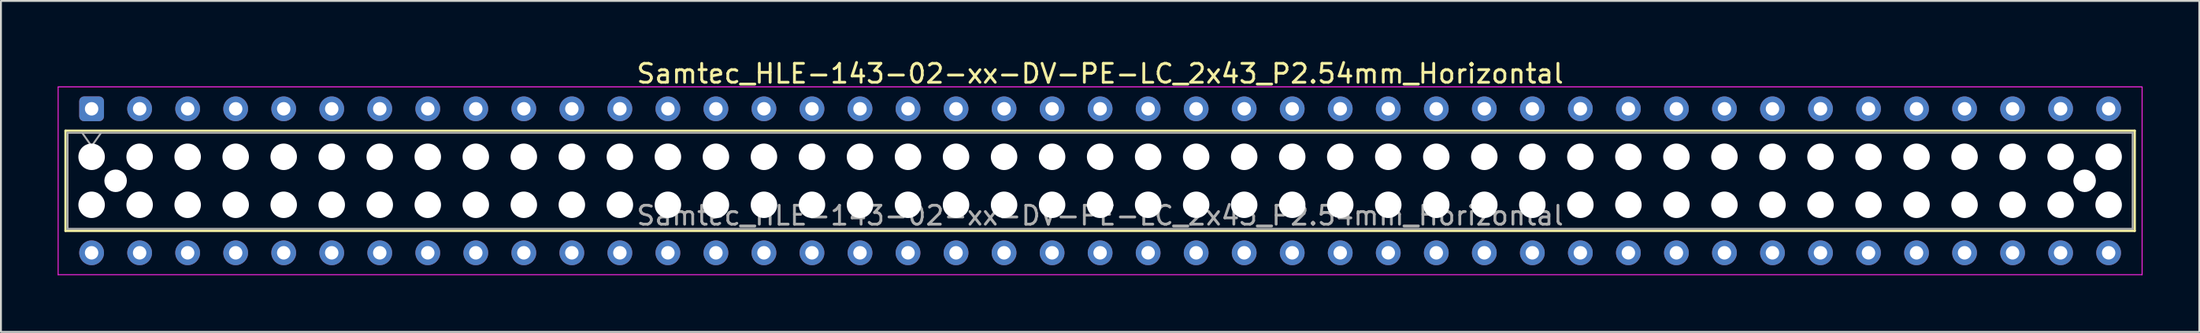
<source format=kicad_pcb>
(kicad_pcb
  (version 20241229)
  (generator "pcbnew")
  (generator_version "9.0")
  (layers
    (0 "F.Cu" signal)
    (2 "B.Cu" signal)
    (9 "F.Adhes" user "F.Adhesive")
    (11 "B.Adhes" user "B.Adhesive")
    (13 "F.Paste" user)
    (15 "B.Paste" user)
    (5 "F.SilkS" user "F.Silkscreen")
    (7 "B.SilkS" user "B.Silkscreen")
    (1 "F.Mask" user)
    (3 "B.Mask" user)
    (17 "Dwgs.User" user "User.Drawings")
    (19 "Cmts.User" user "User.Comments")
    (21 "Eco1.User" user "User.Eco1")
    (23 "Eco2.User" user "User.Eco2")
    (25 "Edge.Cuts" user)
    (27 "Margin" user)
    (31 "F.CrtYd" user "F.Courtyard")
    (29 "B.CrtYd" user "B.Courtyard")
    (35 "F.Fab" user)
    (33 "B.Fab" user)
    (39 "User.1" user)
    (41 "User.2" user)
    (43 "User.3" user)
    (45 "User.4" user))
  (footprint "Samtec_HLE-143-02-xx-DV-PE-LC_2x43_P2.54mm_Horizontal"
    (layer "F.Cu")
    (at 1.795 2.708)
    (property "Reference" "Samtec_HLE-143-02-xx-DV-PE-LC_2x43_P2.54mm_Horizontal" (at 53.34 -1.86 0) (layer "F.SilkS") (effects (font (size 1 1) (thickness 0.15))))
    (attr through_hole)
    (fp_line (start -1.38 1.16) (end 108.06 1.16) (stroke (width 0.12) (type solid)) (layer "F.SilkS"))
    (fp_line (start -1.38 6.46) (end -1.38 1.16) (stroke (width 0.12) (type solid)) (layer "F.SilkS"))
    (fp_line (start 108.06 1.16) (end 108.06 6.46) (stroke (width 0.12) (type solid)) (layer "F.SilkS"))
    (fp_line (start 108.06 6.46) (end -1.38 6.46) (stroke (width 0.12) (type solid)) (layer "F.SilkS"))
    (fp_line (start -1.77 -1.16) (end 108.45 -1.16) (stroke (width 0.05) (type solid)) (layer "F.CrtYd"))
    (fp_line (start -1.77 8.78) (end -1.77 -1.16) (stroke (width 0.05) (type solid)) (layer "F.CrtYd"))
    (fp_line (start 108.45 -1.16) (end 108.45 8.78) (stroke (width 0.05) (type solid)) (layer "F.CrtYd"))
    (fp_line (start 108.45 8.78) (end -1.77 8.78) (stroke (width 0.05) (type solid)) (layer "F.CrtYd"))
    (fp_line (start -1.27 1.27) (end 107.95 1.27) (stroke (width 0.1) (type solid)) (layer "F.Fab"))
    (fp_line (start -1.27 6.35) (end -1.27 1.27) (stroke (width 0.1) (type solid)) (layer "F.Fab"))
    (fp_line (start -0.5 1.27) (end 0 1.977) (stroke (width 0.1) (type solid)) (layer "F.Fab"))
    (fp_line (start 0 1.977) (end 0.5 1.27) (stroke (width 0.1) (type solid)) (layer "F.Fab"))
    (fp_line (start 107.95 1.27) (end 107.95 6.35) (stroke (width 0.1) (type solid)) (layer "F.Fab"))
    (fp_line (start 107.95 6.35) (end -1.27 6.35) (stroke (width 0.1) (type solid)) (layer "F.Fab"))
    (fp_text user "${REFERENCE}" (at 53.34 5.65 0) (layer "F.Fab") (effects (font (size 1 1) (thickness 0.15))))
    (pad "" np_thru_hole circle (at 0 2.54) (size 1.4 1.4) (drill 1.4) (layers "*.Cu" "*.Mask"))
    (pad "" np_thru_hole circle (at 0 5.08) (size 1.4 1.4) (drill 1.4) (layers "*.Cu" "*.Mask"))
    (pad "" np_thru_hole circle (at 1.27 3.81) (size 1.19 1.19) (drill 1.19) (layers "*.Cu" "*.Mask"))
    (pad "" np_thru_hole circle (at 2.54 2.54) (size 1.4 1.4) (drill 1.4) (layers "*.Cu" "*.Mask"))
    (pad "" np_thru_hole circle (at 2.54 5.08) (size 1.4 1.4) (drill 1.4) (layers "*.Cu" "*.Mask"))
    (pad "" np_thru_hole circle (at 5.08 2.54) (size 1.4 1.4) (drill 1.4) (layers "*.Cu" "*.Mask"))
    (pad "" np_thru_hole circle (at 5.08 5.08) (size 1.4 1.4) (drill 1.4) (layers "*.Cu" "*.Mask"))
    (pad "" np_thru_hole circle (at 7.62 2.54) (size 1.4 1.4) (drill 1.4) (layers "*.Cu" "*.Mask"))
    (pad "" np_thru_hole circle (at 7.62 5.08) (size 1.4 1.4) (drill 1.4) (layers "*.Cu" "*.Mask"))
    (pad "" np_thru_hole circle (at 10.16 2.54) (size 1.4 1.4) (drill 1.4) (layers "*.Cu" "*.Mask"))
    (pad "" np_thru_hole circle (at 10.16 5.08) (size 1.4 1.4) (drill 1.4) (layers "*.Cu" "*.Mask"))
    (pad "" np_thru_hole circle (at 12.7 2.54) (size 1.4 1.4) (drill 1.4) (layers "*.Cu" "*.Mask"))
    (pad "" np_thru_hole circle (at 12.7 5.08) (size 1.4 1.4) (drill 1.4) (layers "*.Cu" "*.Mask"))
    (pad "" np_thru_hole circle (at 15.24 2.54) (size 1.4 1.4) (drill 1.4) (layers "*.Cu" "*.Mask"))
    (pad "" np_thru_hole circle (at 15.24 5.08) (size 1.4 1.4) (drill 1.4) (layers "*.Cu" "*.Mask"))
    (pad "" np_thru_hole circle (at 17.78 2.54) (size 1.4 1.4) (drill 1.4) (layers "*.Cu" "*.Mask"))
    (pad "" np_thru_hole circle (at 17.78 5.08) (size 1.4 1.4) (drill 1.4) (layers "*.Cu" "*.Mask"))
    (pad "" np_thru_hole circle (at 20.32 2.54) (size 1.4 1.4) (drill 1.4) (layers "*.Cu" "*.Mask"))
    (pad "" np_thru_hole circle (at 20.32 5.08) (size 1.4 1.4) (drill 1.4) (layers "*.Cu" "*.Mask"))
    (pad "" np_thru_hole circle (at 22.86 2.54) (size 1.4 1.4) (drill 1.4) (layers "*.Cu" "*.Mask"))
    (pad "" np_thru_hole circle (at 22.86 5.08) (size 1.4 1.4) (drill 1.4) (layers "*.Cu" "*.Mask"))
    (pad "" np_thru_hole circle (at 25.4 2.54) (size 1.4 1.4) (drill 1.4) (layers "*.Cu" "*.Mask"))
    (pad "" np_thru_hole circle (at 25.4 5.08) (size 1.4 1.4) (drill 1.4) (layers "*.Cu" "*.Mask"))
    (pad "" np_thru_hole circle (at 27.94 2.54) (size 1.4 1.4) (drill 1.4) (layers "*.Cu" "*.Mask"))
    (pad "" np_thru_hole circle (at 27.94 5.08) (size 1.4 1.4) (drill 1.4) (layers "*.Cu" "*.Mask"))
    (pad "" np_thru_hole circle (at 30.48 2.54) (size 1.4 1.4) (drill 1.4) (layers "*.Cu" "*.Mask"))
    (pad "" np_thru_hole circle (at 30.48 5.08) (size 1.4 1.4) (drill 1.4) (layers "*.Cu" "*.Mask"))
    (pad "" np_thru_hole circle (at 33.02 2.54) (size 1.4 1.4) (drill 1.4) (layers "*.Cu" "*.Mask"))
    (pad "" np_thru_hole circle (at 33.02 5.08) (size 1.4 1.4) (drill 1.4) (layers "*.Cu" "*.Mask"))
    (pad "" np_thru_hole circle (at 35.56 2.54) (size 1.4 1.4) (drill 1.4) (layers "*.Cu" "*.Mask"))
    (pad "" np_thru_hole circle (at 35.56 5.08) (size 1.4 1.4) (drill 1.4) (layers "*.Cu" "*.Mask"))
    (pad "" np_thru_hole circle (at 38.1 2.54) (size 1.4 1.4) (drill 1.4) (layers "*.Cu" "*.Mask"))
    (pad "" np_thru_hole circle (at 38.1 5.08) (size 1.4 1.4) (drill 1.4) (layers "*.Cu" "*.Mask"))
    (pad "" np_thru_hole circle (at 40.64 2.54) (size 1.4 1.4) (drill 1.4) (layers "*.Cu" "*.Mask"))
    (pad "" np_thru_hole circle (at 40.64 5.08) (size 1.4 1.4) (drill 1.4) (layers "*.Cu" "*.Mask"))
    (pad "" np_thru_hole circle (at 43.18 2.54) (size 1.4 1.4) (drill 1.4) (layers "*.Cu" "*.Mask"))
    (pad "" np_thru_hole circle (at 43.18 5.08) (size 1.4 1.4) (drill 1.4) (layers "*.Cu" "*.Mask"))
    (pad "" np_thru_hole circle (at 45.72 2.54) (size 1.4 1.4) (drill 1.4) (layers "*.Cu" "*.Mask"))
    (pad "" np_thru_hole circle (at 45.72 5.08) (size 1.4 1.4) (drill 1.4) (layers "*.Cu" "*.Mask"))
    (pad "" np_thru_hole circle (at 48.26 2.54) (size 1.4 1.4) (drill 1.4) (layers "*.Cu" "*.Mask"))
    (pad "" np_thru_hole circle (at 48.26 5.08) (size 1.4 1.4) (drill 1.4) (layers "*.Cu" "*.Mask"))
    (pad "" np_thru_hole circle (at 50.8 2.54) (size 1.4 1.4) (drill 1.4) (layers "*.Cu" "*.Mask"))
    (pad "" np_thru_hole circle (at 50.8 5.08) (size 1.4 1.4) (drill 1.4) (layers "*.Cu" "*.Mask"))
    (pad "" np_thru_hole circle (at 53.34 2.54) (size 1.4 1.4) (drill 1.4) (layers "*.Cu" "*.Mask"))
    (pad "" np_thru_hole circle (at 53.34 5.08) (size 1.4 1.4) (drill 1.4) (layers "*.Cu" "*.Mask"))
    (pad "" np_thru_hole circle (at 55.88 2.54) (size 1.4 1.4) (drill 1.4) (layers "*.Cu" "*.Mask"))
    (pad "" np_thru_hole circle (at 55.88 5.08) (size 1.4 1.4) (drill 1.4) (layers "*.Cu" "*.Mask"))
    (pad "" np_thru_hole circle (at 58.42 2.54) (size 1.4 1.4) (drill 1.4) (layers "*.Cu" "*.Mask"))
    (pad "" np_thru_hole circle (at 58.42 5.08) (size 1.4 1.4) (drill 1.4) (layers "*.Cu" "*.Mask"))
    (pad "" np_thru_hole circle (at 60.96 2.54) (size 1.4 1.4) (drill 1.4) (layers "*.Cu" "*.Mask"))
    (pad "" np_thru_hole circle (at 60.96 5.08) (size 1.4 1.4) (drill 1.4) (layers "*.Cu" "*.Mask"))
    (pad "" np_thru_hole circle (at 63.5 2.54) (size 1.4 1.4) (drill 1.4) (layers "*.Cu" "*.Mask"))
    (pad "" np_thru_hole circle (at 63.5 5.08) (size 1.4 1.4) (drill 1.4) (layers "*.Cu" "*.Mask"))
    (pad "" np_thru_hole circle (at 66.04 2.54) (size 1.4 1.4) (drill 1.4) (layers "*.Cu" "*.Mask"))
    (pad "" np_thru_hole circle (at 66.04 5.08) (size 1.4 1.4) (drill 1.4) (layers "*.Cu" "*.Mask"))
    (pad "" np_thru_hole circle (at 68.58 2.54) (size 1.4 1.4) (drill 1.4) (layers "*.Cu" "*.Mask"))
    (pad "" np_thru_hole circle (at 68.58 5.08) (size 1.4 1.4) (drill 1.4) (layers "*.Cu" "*.Mask"))
    (pad "" np_thru_hole circle (at 71.12 2.54) (size 1.4 1.4) (drill 1.4) (layers "*.Cu" "*.Mask"))
    (pad "" np_thru_hole circle (at 71.12 5.08) (size 1.4 1.4) (drill 1.4) (layers "*.Cu" "*.Mask"))
    (pad "" np_thru_hole circle (at 73.66 2.54) (size 1.4 1.4) (drill 1.4) (layers "*.Cu" "*.Mask"))
    (pad "" np_thru_hole circle (at 73.66 5.08) (size 1.4 1.4) (drill 1.4) (layers "*.Cu" "*.Mask"))
    (pad "" np_thru_hole circle (at 76.2 2.54) (size 1.4 1.4) (drill 1.4) (layers "*.Cu" "*.Mask"))
    (pad "" np_thru_hole circle (at 76.2 5.08) (size 1.4 1.4) (drill 1.4) (layers "*.Cu" "*.Mask"))
    (pad "" np_thru_hole circle (at 78.74 2.54) (size 1.4 1.4) (drill 1.4) (layers "*.Cu" "*.Mask"))
    (pad "" np_thru_hole circle (at 78.74 5.08) (size 1.4 1.4) (drill 1.4) (layers "*.Cu" "*.Mask"))
    (pad "" np_thru_hole circle (at 81.28 2.54) (size 1.4 1.4) (drill 1.4) (layers "*.Cu" "*.Mask"))
    (pad "" np_thru_hole circle (at 81.28 5.08) (size 1.4 1.4) (drill 1.4) (layers "*.Cu" "*.Mask"))
    (pad "" np_thru_hole circle (at 83.82 2.54) (size 1.4 1.4) (drill 1.4) (layers "*.Cu" "*.Mask"))
    (pad "" np_thru_hole circle (at 83.82 5.08) (size 1.4 1.4) (drill 1.4) (layers "*.Cu" "*.Mask"))
    (pad "" np_thru_hole circle (at 86.36 2.54) (size 1.4 1.4) (drill 1.4) (layers "*.Cu" "*.Mask"))
    (pad "" np_thru_hole circle (at 86.36 5.08) (size 1.4 1.4) (drill 1.4) (layers "*.Cu" "*.Mask"))
    (pad "" np_thru_hole circle (at 88.9 2.54) (size 1.4 1.4) (drill 1.4) (layers "*.Cu" "*.Mask"))
    (pad "" np_thru_hole circle (at 88.9 5.08) (size 1.4 1.4) (drill 1.4) (layers "*.Cu" "*.Mask"))
    (pad "" np_thru_hole circle (at 91.44 2.54) (size 1.4 1.4) (drill 1.4) (layers "*.Cu" "*.Mask"))
    (pad "" np_thru_hole circle (at 91.44 5.08) (size 1.4 1.4) (drill 1.4) (layers "*.Cu" "*.Mask"))
    (pad "" np_thru_hole circle (at 93.98 2.54) (size 1.4 1.4) (drill 1.4) (layers "*.Cu" "*.Mask"))
    (pad "" np_thru_hole circle (at 93.98 5.08) (size 1.4 1.4) (drill 1.4) (layers "*.Cu" "*.Mask"))
    (pad "" np_thru_hole circle (at 96.52 2.54) (size 1.4 1.4) (drill 1.4) (layers "*.Cu" "*.Mask"))
    (pad "" np_thru_hole circle (at 96.52 5.08) (size 1.4 1.4) (drill 1.4) (layers "*.Cu" "*.Mask"))
    (pad "" np_thru_hole circle (at 99.06 2.54) (size 1.4 1.4) (drill 1.4) (layers "*.Cu" "*.Mask"))
    (pad "" np_thru_hole circle (at 99.06 5.08) (size 1.4 1.4) (drill 1.4) (layers "*.Cu" "*.Mask"))
    (pad "" np_thru_hole circle (at 101.6 2.54) (size 1.4 1.4) (drill 1.4) (layers "*.Cu" "*.Mask"))
    (pad "" np_thru_hole circle (at 101.6 5.08) (size 1.4 1.4) (drill 1.4) (layers "*.Cu" "*.Mask"))
    (pad "" np_thru_hole circle (at 104.14 2.54) (size 1.4 1.4) (drill 1.4) (layers "*.Cu" "*.Mask"))
    (pad "" np_thru_hole circle (at 104.14 5.08) (size 1.4 1.4) (drill 1.4) (layers "*.Cu" "*.Mask"))
    (pad "" np_thru_hole circle (at 105.41 3.81) (size 1.19 1.19) (drill 1.19) (layers "*.Cu" "*.Mask"))
    (pad "" np_thru_hole circle (at 106.68 2.54) (size 1.4 1.4) (drill 1.4) (layers "*.Cu" "*.Mask"))
    (pad "" np_thru_hole circle (at 106.68 5.08) (size 1.4 1.4) (drill 1.4) (layers "*.Cu" "*.Mask"))
    (pad "1" thru_hole roundrect (at 0 0) (size 1.31 1.31) (drill 0.71) (layers "*.Cu" "*.Mask") (roundrect_rratio 0.191))
    (pad "2" thru_hole circle (at 0 7.62) (size 1.31 1.31) (drill 0.71) (layers "*.Cu" "*.Mask"))
    (pad "3" thru_hole circle (at 2.54 0) (size 1.31 1.31) (drill 0.71) (layers "*.Cu" "*.Mask"))
    (pad "4" thru_hole circle (at 2.54 7.62) (size 1.31 1.31) (drill 0.71) (layers "*.Cu" "*.Mask"))
    (pad "5" thru_hole circle (at 5.08 0) (size 1.31 1.31) (drill 0.71) (layers "*.Cu" "*.Mask"))
    (pad "6" thru_hole circle (at 5.08 7.62) (size 1.31 1.31) (drill 0.71) (layers "*.Cu" "*.Mask"))
    (pad "7" thru_hole circle (at 7.62 0) (size 1.31 1.31) (drill 0.71) (layers "*.Cu" "*.Mask"))
    (pad "8" thru_hole circle (at 7.62 7.62) (size 1.31 1.31) (drill 0.71) (layers "*.Cu" "*.Mask"))
    (pad "9" thru_hole circle (at 10.16 0) (size 1.31 1.31) (drill 0.71) (layers "*.Cu" "*.Mask"))
    (pad "10" thru_hole circle (at 10.16 7.62) (size 1.31 1.31) (drill 0.71) (layers "*.Cu" "*.Mask"))
    (pad "11" thru_hole circle (at 12.7 0) (size 1.31 1.31) (drill 0.71) (layers "*.Cu" "*.Mask"))
    (pad "12" thru_hole circle (at 12.7 7.62) (size 1.31 1.31) (drill 0.71) (layers "*.Cu" "*.Mask"))
    (pad "13" thru_hole circle (at 15.24 0) (size 1.31 1.31) (drill 0.71) (layers "*.Cu" "*.Mask"))
    (pad "14" thru_hole circle (at 15.24 7.62) (size 1.31 1.31) (drill 0.71) (layers "*.Cu" "*.Mask"))
    (pad "15" thru_hole circle (at 17.78 0) (size 1.31 1.31) (drill 0.71) (layers "*.Cu" "*.Mask"))
    (pad "16" thru_hole circle (at 17.78 7.62) (size 1.31 1.31) (drill 0.71) (layers "*.Cu" "*.Mask"))
    (pad "17" thru_hole circle (at 20.32 0) (size 1.31 1.31) (drill 0.71) (layers "*.Cu" "*.Mask"))
    (pad "18" thru_hole circle (at 20.32 7.62) (size 1.31 1.31) (drill 0.71) (layers "*.Cu" "*.Mask"))
    (pad "19" thru_hole circle (at 22.86 0) (size 1.31 1.31) (drill 0.71) (layers "*.Cu" "*.Mask"))
    (pad "20" thru_hole circle (at 22.86 7.62) (size 1.31 1.31) (drill 0.71) (layers "*.Cu" "*.Mask"))
    (pad "21" thru_hole circle (at 25.4 0) (size 1.31 1.31) (drill 0.71) (layers "*.Cu" "*.Mask"))
    (pad "22" thru_hole circle (at 25.4 7.62) (size 1.31 1.31) (drill 0.71) (layers "*.Cu" "*.Mask"))
    (pad "23" thru_hole circle (at 27.94 0) (size 1.31 1.31) (drill 0.71) (layers "*.Cu" "*.Mask"))
    (pad "24" thru_hole circle (at 27.94 7.62) (size 1.31 1.31) (drill 0.71) (layers "*.Cu" "*.Mask"))
    (pad "25" thru_hole circle (at 30.48 0) (size 1.31 1.31) (drill 0.71) (layers "*.Cu" "*.Mask"))
    (pad "26" thru_hole circle (at 30.48 7.62) (size 1.31 1.31) (drill 0.71) (layers "*.Cu" "*.Mask"))
    (pad "27" thru_hole circle (at 33.02 0) (size 1.31 1.31) (drill 0.71) (layers "*.Cu" "*.Mask"))
    (pad "28" thru_hole circle (at 33.02 7.62) (size 1.31 1.31) (drill 0.71) (layers "*.Cu" "*.Mask"))
    (pad "29" thru_hole circle (at 35.56 0) (size 1.31 1.31) (drill 0.71) (layers "*.Cu" "*.Mask"))
    (pad "30" thru_hole circle (at 35.56 7.62) (size 1.31 1.31) (drill 0.71) (layers "*.Cu" "*.Mask"))
    (pad "31" thru_hole circle (at 38.1 0) (size 1.31 1.31) (drill 0.71) (layers "*.Cu" "*.Mask"))
    (pad "32" thru_hole circle (at 38.1 7.62) (size 1.31 1.31) (drill 0.71) (layers "*.Cu" "*.Mask"))
    (pad "33" thru_hole circle (at 40.64 0) (size 1.31 1.31) (drill 0.71) (layers "*.Cu" "*.Mask"))
    (pad "34" thru_hole circle (at 40.64 7.62) (size 1.31 1.31) (drill 0.71) (layers "*.Cu" "*.Mask"))
    (pad "35" thru_hole circle (at 43.18 0) (size 1.31 1.31) (drill 0.71) (layers "*.Cu" "*.Mask"))
    (pad "36" thru_hole circle (at 43.18 7.62) (size 1.31 1.31) (drill 0.71) (layers "*.Cu" "*.Mask"))
    (pad "37" thru_hole circle (at 45.72 0) (size 1.31 1.31) (drill 0.71) (layers "*.Cu" "*.Mask"))
    (pad "38" thru_hole circle (at 45.72 7.62) (size 1.31 1.31) (drill 0.71) (layers "*.Cu" "*.Mask"))
    (pad "39" thru_hole circle (at 48.26 0) (size 1.31 1.31) (drill 0.71) (layers "*.Cu" "*.Mask"))
    (pad "40" thru_hole circle (at 48.26 7.62) (size 1.31 1.31) (drill 0.71) (layers "*.Cu" "*.Mask"))
    (pad "41" thru_hole circle (at 50.8 0) (size 1.31 1.31) (drill 0.71) (layers "*.Cu" "*.Mask"))
    (pad "42" thru_hole circle (at 50.8 7.62) (size 1.31 1.31) (drill 0.71) (layers "*.Cu" "*.Mask"))
    (pad "43" thru_hole circle (at 53.34 0) (size 1.31 1.31) (drill 0.71) (layers "*.Cu" "*.Mask"))
    (pad "44" thru_hole circle (at 53.34 7.62) (size 1.31 1.31) (drill 0.71) (layers "*.Cu" "*.Mask"))
    (pad "45" thru_hole circle (at 55.88 0) (size 1.31 1.31) (drill 0.71) (layers "*.Cu" "*.Mask"))
    (pad "46" thru_hole circle (at 55.88 7.62) (size 1.31 1.31) (drill 0.71) (layers "*.Cu" "*.Mask"))
    (pad "47" thru_hole circle (at 58.42 0) (size 1.31 1.31) (drill 0.71) (layers "*.Cu" "*.Mask"))
    (pad "48" thru_hole circle (at 58.42 7.62) (size 1.31 1.31) (drill 0.71) (layers "*.Cu" "*.Mask"))
    (pad "49" thru_hole circle (at 60.96 0) (size 1.31 1.31) (drill 0.71) (layers "*.Cu" "*.Mask"))
    (pad "50" thru_hole circle (at 60.96 7.62) (size 1.31 1.31) (drill 0.71) (layers "*.Cu" "*.Mask"))
    (pad "51" thru_hole circle (at 63.5 0) (size 1.31 1.31) (drill 0.71) (layers "*.Cu" "*.Mask"))
    (pad "52" thru_hole circle (at 63.5 7.62) (size 1.31 1.31) (drill 0.71) (layers "*.Cu" "*.Mask"))
    (pad "53" thru_hole circle (at 66.04 0) (size 1.31 1.31) (drill 0.71) (layers "*.Cu" "*.Mask"))
    (pad "54" thru_hole circle (at 66.04 7.62) (size 1.31 1.31) (drill 0.71) (layers "*.Cu" "*.Mask"))
    (pad "55" thru_hole circle (at 68.58 0) (size 1.31 1.31) (drill 0.71) (layers "*.Cu" "*.Mask"))
    (pad "56" thru_hole circle (at 68.58 7.62) (size 1.31 1.31) (drill 0.71) (layers "*.Cu" "*.Mask"))
    (pad "57" thru_hole circle (at 71.12 0) (size 1.31 1.31) (drill 0.71) (layers "*.Cu" "*.Mask"))
    (pad "58" thru_hole circle (at 71.12 7.62) (size 1.31 1.31) (drill 0.71) (layers "*.Cu" "*.Mask"))
    (pad "59" thru_hole circle (at 73.66 0) (size 1.31 1.31) (drill 0.71) (layers "*.Cu" "*.Mask"))
    (pad "60" thru_hole circle (at 73.66 7.62) (size 1.31 1.31) (drill 0.71) (layers "*.Cu" "*.Mask"))
    (pad "61" thru_hole circle (at 76.2 0) (size 1.31 1.31) (drill 0.71) (layers "*.Cu" "*.Mask"))
    (pad "62" thru_hole circle (at 76.2 7.62) (size 1.31 1.31) (drill 0.71) (layers "*.Cu" "*.Mask"))
    (pad "63" thru_hole circle (at 78.74 0) (size 1.31 1.31) (drill 0.71) (layers "*.Cu" "*.Mask"))
    (pad "64" thru_hole circle (at 78.74 7.62) (size 1.31 1.31) (drill 0.71) (layers "*.Cu" "*.Mask"))
    (pad "65" thru_hole circle (at 81.28 0) (size 1.31 1.31) (drill 0.71) (layers "*.Cu" "*.Mask"))
    (pad "66" thru_hole circle (at 81.28 7.62) (size 1.31 1.31) (drill 0.71) (layers "*.Cu" "*.Mask"))
    (pad "67" thru_hole circle (at 83.82 0) (size 1.31 1.31) (drill 0.71) (layers "*.Cu" "*.Mask"))
    (pad "68" thru_hole circle (at 83.82 7.62) (size 1.31 1.31) (drill 0.71) (layers "*.Cu" "*.Mask"))
    (pad "69" thru_hole circle (at 86.36 0) (size 1.31 1.31) (drill 0.71) (layers "*.Cu" "*.Mask"))
    (pad "70" thru_hole circle (at 86.36 7.62) (size 1.31 1.31) (drill 0.71) (layers "*.Cu" "*.Mask"))
    (pad "71" thru_hole circle (at 88.9 0) (size 1.31 1.31) (drill 0.71) (layers "*.Cu" "*.Mask"))
    (pad "72" thru_hole circle (at 88.9 7.62) (size 1.31 1.31) (drill 0.71) (layers "*.Cu" "*.Mask"))
    (pad "73" thru_hole circle (at 91.44 0) (size 1.31 1.31) (drill 0.71) (layers "*.Cu" "*.Mask"))
    (pad "74" thru_hole circle (at 91.44 7.62) (size 1.31 1.31) (drill 0.71) (layers "*.Cu" "*.Mask"))
    (pad "75" thru_hole circle (at 93.98 0) (size 1.31 1.31) (drill 0.71) (layers "*.Cu" "*.Mask"))
    (pad "76" thru_hole circle (at 93.98 7.62) (size 1.31 1.31) (drill 0.71) (layers "*.Cu" "*.Mask"))
    (pad "77" thru_hole circle (at 96.52 0) (size 1.31 1.31) (drill 0.71) (layers "*.Cu" "*.Mask"))
    (pad "78" thru_hole circle (at 96.52 7.62) (size 1.31 1.31) (drill 0.71) (layers "*.Cu" "*.Mask"))
    (pad "79" thru_hole circle (at 99.06 0) (size 1.31 1.31) (drill 0.71) (layers "*.Cu" "*.Mask"))
    (pad "80" thru_hole circle (at 99.06 7.62) (size 1.31 1.31) (drill 0.71) (layers "*.Cu" "*.Mask"))
    (pad "81" thru_hole circle (at 101.6 0) (size 1.31 1.31) (drill 0.71) (layers "*.Cu" "*.Mask"))
    (pad "82" thru_hole circle (at 101.6 7.62) (size 1.31 1.31) (drill 0.71) (layers "*.Cu" "*.Mask"))
    (pad "83" thru_hole circle (at 104.14 0) (size 1.31 1.31) (drill 0.71) (layers "*.Cu" "*.Mask"))
    (pad "84" thru_hole circle (at 104.14 7.62) (size 1.31 1.31) (drill 0.71) (layers "*.Cu" "*.Mask"))
    (pad "85" thru_hole circle (at 106.68 0) (size 1.31 1.31) (drill 0.71) (layers "*.Cu" "*.Mask"))
    (pad "86" thru_hole circle (at 106.68 7.62) (size 1.31 1.31) (drill 0.71) (layers "*.Cu" "*.Mask")))
  (gr_rect
    (start -3 -3)
    (end 113.27 14.513)
    (stroke (width 0.1) (type default))
    (fill no)
    (layer "Edge.Cuts")))
</source>
